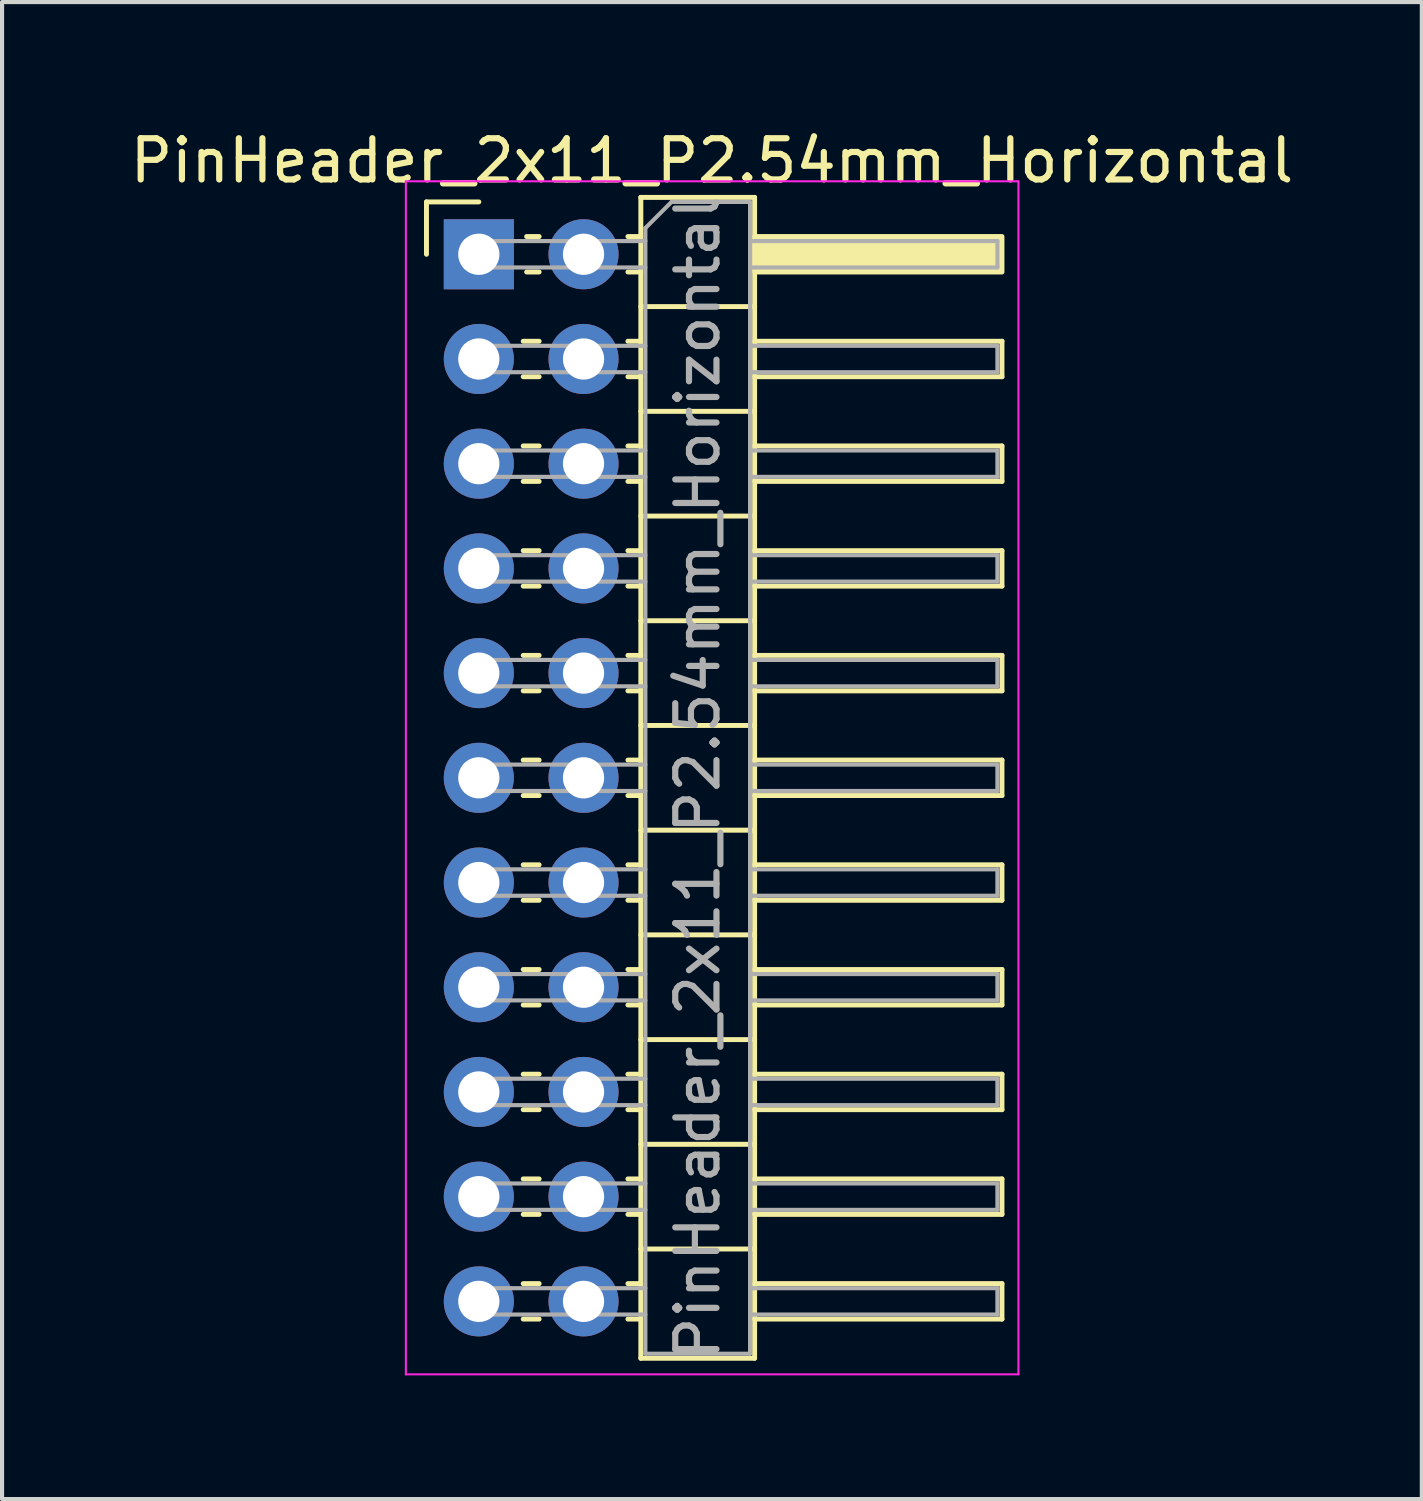
<source format=kicad_pcb>
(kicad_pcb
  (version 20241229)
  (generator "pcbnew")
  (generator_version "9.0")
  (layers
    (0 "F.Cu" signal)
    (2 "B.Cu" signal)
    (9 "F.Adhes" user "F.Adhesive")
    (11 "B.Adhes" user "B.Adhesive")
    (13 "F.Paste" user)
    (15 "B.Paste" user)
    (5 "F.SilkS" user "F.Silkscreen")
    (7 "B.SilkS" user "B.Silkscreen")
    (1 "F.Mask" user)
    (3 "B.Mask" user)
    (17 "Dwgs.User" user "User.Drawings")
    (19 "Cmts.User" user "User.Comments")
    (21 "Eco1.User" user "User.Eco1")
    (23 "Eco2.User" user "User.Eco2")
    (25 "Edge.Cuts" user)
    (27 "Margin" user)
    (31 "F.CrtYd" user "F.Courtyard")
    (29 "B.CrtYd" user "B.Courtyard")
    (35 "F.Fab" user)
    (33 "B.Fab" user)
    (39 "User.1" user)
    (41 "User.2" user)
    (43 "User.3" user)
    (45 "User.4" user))
  (footprint "PinHeader_2x11_P2.54mm_Horizontal"
    (layer "F.Cu")
    (at 8.565 3.118)
    (property "Reference" "PinHeader_2x11_P2.54mm_Horizontal" (at 5.655 -2.27 0) (layer "F.SilkS") (effects (font (size 1 1) (thickness 0.15))))
    (attr through_hole)
    (fp_line (start -1.27 -1.27) (end 0 -1.27) (stroke (width 0.12) (type solid)) (layer "F.SilkS"))
    (fp_line (start -1.27 0) (end -1.27 -1.27) (stroke (width 0.12) (type solid)) (layer "F.SilkS"))
    (fp_line (start 1.077 2.11) (end 1.463 2.11) (stroke (width 0.12) (type solid)) (layer "F.SilkS"))
    (fp_line (start 1.077 2.97) (end 1.463 2.97) (stroke (width 0.12) (type solid)) (layer "F.SilkS"))
    (fp_line (start 1.077 4.65) (end 1.463 4.65) (stroke (width 0.12) (type solid)) (layer "F.SilkS"))
    (fp_line (start 1.077 5.51) (end 1.463 5.51) (stroke (width 0.12) (type solid)) (layer "F.SilkS"))
    (fp_line (start 1.077 7.19) (end 1.463 7.19) (stroke (width 0.12) (type solid)) (layer "F.SilkS"))
    (fp_line (start 1.077 8.05) (end 1.463 8.05) (stroke (width 0.12) (type solid)) (layer "F.SilkS"))
    (fp_line (start 1.077 9.73) (end 1.463 9.73) (stroke (width 0.12) (type solid)) (layer "F.SilkS"))
    (fp_line (start 1.077 10.59) (end 1.463 10.59) (stroke (width 0.12) (type solid)) (layer "F.SilkS"))
    (fp_line (start 1.077 12.27) (end 1.463 12.27) (stroke (width 0.12) (type solid)) (layer "F.SilkS"))
    (fp_line (start 1.077 13.13) (end 1.463 13.13) (stroke (width 0.12) (type solid)) (layer "F.SilkS"))
    (fp_line (start 1.077 14.81) (end 1.463 14.81) (stroke (width 0.12) (type solid)) (layer "F.SilkS"))
    (fp_line (start 1.077 15.67) (end 1.463 15.67) (stroke (width 0.12) (type solid)) (layer "F.SilkS"))
    (fp_line (start 1.077 17.35) (end 1.463 17.35) (stroke (width 0.12) (type solid)) (layer "F.SilkS"))
    (fp_line (start 1.077 18.21) (end 1.463 18.21) (stroke (width 0.12) (type solid)) (layer "F.SilkS"))
    (fp_line (start 1.077 19.89) (end 1.463 19.89) (stroke (width 0.12) (type solid)) (layer "F.SilkS"))
    (fp_line (start 1.077 20.75) (end 1.463 20.75) (stroke (width 0.12) (type solid)) (layer "F.SilkS"))
    (fp_line (start 1.077 22.43) (end 1.463 22.43) (stroke (width 0.12) (type solid)) (layer "F.SilkS"))
    (fp_line (start 1.077 23.29) (end 1.463 23.29) (stroke (width 0.12) (type solid)) (layer "F.SilkS"))
    (fp_line (start 1.077 24.97) (end 1.463 24.97) (stroke (width 0.12) (type solid)) (layer "F.SilkS"))
    (fp_line (start 1.077 25.83) (end 1.463 25.83) (stroke (width 0.12) (type solid)) (layer "F.SilkS"))
    (fp_line (start 1.16 -0.43) (end 1.463 -0.43) (stroke (width 0.12) (type solid)) (layer "F.SilkS"))
    (fp_line (start 1.16 0.43) (end 1.463 0.43) (stroke (width 0.12) (type solid)) (layer "F.SilkS"))
    (fp_line (start 3.617 -0.43) (end 3.93 -0.43) (stroke (width 0.12) (type solid)) (layer "F.SilkS"))
    (fp_line (start 3.617 0.43) (end 3.93 0.43) (stroke (width 0.12) (type solid)) (layer "F.SilkS"))
    (fp_line (start 3.617 2.11) (end 3.93 2.11) (stroke (width 0.12) (type solid)) (layer "F.SilkS"))
    (fp_line (start 3.617 2.97) (end 3.93 2.97) (stroke (width 0.12) (type solid)) (layer "F.SilkS"))
    (fp_line (start 3.617 4.65) (end 3.93 4.65) (stroke (width 0.12) (type solid)) (layer "F.SilkS"))
    (fp_line (start 3.617 5.51) (end 3.93 5.51) (stroke (width 0.12) (type solid)) (layer "F.SilkS"))
    (fp_line (start 3.617 7.19) (end 3.93 7.19) (stroke (width 0.12) (type solid)) (layer "F.SilkS"))
    (fp_line (start 3.617 8.05) (end 3.93 8.05) (stroke (width 0.12) (type solid)) (layer "F.SilkS"))
    (fp_line (start 3.617 9.73) (end 3.93 9.73) (stroke (width 0.12) (type solid)) (layer "F.SilkS"))
    (fp_line (start 3.617 10.59) (end 3.93 10.59) (stroke (width 0.12) (type solid)) (layer "F.SilkS"))
    (fp_line (start 3.617 12.27) (end 3.93 12.27) (stroke (width 0.12) (type solid)) (layer "F.SilkS"))
    (fp_line (start 3.617 13.13) (end 3.93 13.13) (stroke (width 0.12) (type solid)) (layer "F.SilkS"))
    (fp_line (start 3.617 14.81) (end 3.93 14.81) (stroke (width 0.12) (type solid)) (layer "F.SilkS"))
    (fp_line (start 3.617 15.67) (end 3.93 15.67) (stroke (width 0.12) (type solid)) (layer "F.SilkS"))
    (fp_line (start 3.617 17.35) (end 3.93 17.35) (stroke (width 0.12) (type solid)) (layer "F.SilkS"))
    (fp_line (start 3.617 18.21) (end 3.93 18.21) (stroke (width 0.12) (type solid)) (layer "F.SilkS"))
    (fp_line (start 3.617 19.89) (end 3.93 19.89) (stroke (width 0.12) (type solid)) (layer "F.SilkS"))
    (fp_line (start 3.617 20.75) (end 3.93 20.75) (stroke (width 0.12) (type solid)) (layer "F.SilkS"))
    (fp_line (start 3.617 22.43) (end 3.93 22.43) (stroke (width 0.12) (type solid)) (layer "F.SilkS"))
    (fp_line (start 3.617 23.29) (end 3.93 23.29) (stroke (width 0.12) (type solid)) (layer "F.SilkS"))
    (fp_line (start 3.617 24.97) (end 3.93 24.97) (stroke (width 0.12) (type solid)) (layer "F.SilkS"))
    (fp_line (start 3.617 25.83) (end 3.93 25.83) (stroke (width 0.12) (type solid)) (layer "F.SilkS"))
    (fp_line (start 3.93 -1.38) (end 3.93 26.78) (stroke (width 0.12) (type solid)) (layer "F.SilkS"))
    (fp_line (start 3.93 1.27) (end 6.69 1.27) (stroke (width 0.12) (type solid)) (layer "F.SilkS"))
    (fp_line (start 3.93 3.81) (end 6.69 3.81) (stroke (width 0.12) (type solid)) (layer "F.SilkS"))
    (fp_line (start 3.93 6.35) (end 6.69 6.35) (stroke (width 0.12) (type solid)) (layer "F.SilkS"))
    (fp_line (start 3.93 8.89) (end 6.69 8.89) (stroke (width 0.12) (type solid)) (layer "F.SilkS"))
    (fp_line (start 3.93 11.43) (end 6.69 11.43) (stroke (width 0.12) (type solid)) (layer "F.SilkS"))
    (fp_line (start 3.93 13.97) (end 6.69 13.97) (stroke (width 0.12) (type solid)) (layer "F.SilkS"))
    (fp_line (start 3.93 16.51) (end 6.69 16.51) (stroke (width 0.12) (type solid)) (layer "F.SilkS"))
    (fp_line (start 3.93 19.05) (end 6.69 19.05) (stroke (width 0.12) (type solid)) (layer "F.SilkS"))
    (fp_line (start 3.93 21.59) (end 6.69 21.59) (stroke (width 0.12) (type solid)) (layer "F.SilkS"))
    (fp_line (start 3.93 24.13) (end 6.69 24.13) (stroke (width 0.12) (type solid)) (layer "F.SilkS"))
    (fp_line (start 3.93 26.78) (end 6.69 26.78) (stroke (width 0.12) (type solid)) (layer "F.SilkS"))
    (fp_line (start 6.69 -1.38) (end 3.93 -1.38) (stroke (width 0.12) (type solid)) (layer "F.SilkS"))
    (fp_line (start 6.69 2.11) (end 12.69 2.11) (stroke (width 0.12) (type solid)) (layer "F.SilkS"))
    (fp_line (start 6.69 4.65) (end 12.69 4.65) (stroke (width 0.12) (type solid)) (layer "F.SilkS"))
    (fp_line (start 6.69 7.19) (end 12.69 7.19) (stroke (width 0.12) (type solid)) (layer "F.SilkS"))
    (fp_line (start 6.69 9.73) (end 12.69 9.73) (stroke (width 0.12) (type solid)) (layer "F.SilkS"))
    (fp_line (start 6.69 12.27) (end 12.69 12.27) (stroke (width 0.12) (type solid)) (layer "F.SilkS"))
    (fp_line (start 6.69 14.81) (end 12.69 14.81) (stroke (width 0.12) (type solid)) (layer "F.SilkS"))
    (fp_line (start 6.69 17.35) (end 12.69 17.35) (stroke (width 0.12) (type solid)) (layer "F.SilkS"))
    (fp_line (start 6.69 19.89) (end 12.69 19.89) (stroke (width 0.12) (type solid)) (layer "F.SilkS"))
    (fp_line (start 6.69 22.43) (end 12.69 22.43) (stroke (width 0.12) (type solid)) (layer "F.SilkS"))
    (fp_line (start 6.69 24.97) (end 12.69 24.97) (stroke (width 0.12) (type solid)) (layer "F.SilkS"))
    (fp_line (start 6.69 26.78) (end 6.69 -1.38) (stroke (width 0.12) (type solid)) (layer "F.SilkS"))
    (fp_line (start 12.69 2.11) (end 12.69 2.97) (stroke (width 0.12) (type solid)) (layer "F.SilkS"))
    (fp_line (start 12.69 2.97) (end 6.69 2.97) (stroke (width 0.12) (type solid)) (layer "F.SilkS"))
    (fp_line (start 12.69 4.65) (end 12.69 5.51) (stroke (width 0.12) (type solid)) (layer "F.SilkS"))
    (fp_line (start 12.69 5.51) (end 6.69 5.51) (stroke (width 0.12) (type solid)) (layer "F.SilkS"))
    (fp_line (start 12.69 7.19) (end 12.69 8.05) (stroke (width 0.12) (type solid)) (layer "F.SilkS"))
    (fp_line (start 12.69 8.05) (end 6.69 8.05) (stroke (width 0.12) (type solid)) (layer "F.SilkS"))
    (fp_line (start 12.69 9.73) (end 12.69 10.59) (stroke (width 0.12) (type solid)) (layer "F.SilkS"))
    (fp_line (start 12.69 10.59) (end 6.69 10.59) (stroke (width 0.12) (type solid)) (layer "F.SilkS"))
    (fp_line (start 12.69 12.27) (end 12.69 13.13) (stroke (width 0.12) (type solid)) (layer "F.SilkS"))
    (fp_line (start 12.69 13.13) (end 6.69 13.13) (stroke (width 0.12) (type solid)) (layer "F.SilkS"))
    (fp_line (start 12.69 14.81) (end 12.69 15.67) (stroke (width 0.12) (type solid)) (layer "F.SilkS"))
    (fp_line (start 12.69 15.67) (end 6.69 15.67) (stroke (width 0.12) (type solid)) (layer "F.SilkS"))
    (fp_line (start 12.69 17.35) (end 12.69 18.21) (stroke (width 0.12) (type solid)) (layer "F.SilkS"))
    (fp_line (start 12.69 18.21) (end 6.69 18.21) (stroke (width 0.12) (type solid)) (layer "F.SilkS"))
    (fp_line (start 12.69 19.89) (end 12.69 20.75) (stroke (width 0.12) (type solid)) (layer "F.SilkS"))
    (fp_line (start 12.69 20.75) (end 6.69 20.75) (stroke (width 0.12) (type solid)) (layer "F.SilkS"))
    (fp_line (start 12.69 22.43) (end 12.69 23.29) (stroke (width 0.12) (type solid)) (layer "F.SilkS"))
    (fp_line (start 12.69 23.29) (end 6.69 23.29) (stroke (width 0.12) (type solid)) (layer "F.SilkS"))
    (fp_line (start 12.69 24.97) (end 12.69 25.83) (stroke (width 0.12) (type solid)) (layer "F.SilkS"))
    (fp_line (start 12.69 25.83) (end 6.69 25.83) (stroke (width 0.12) (type solid)) (layer "F.SilkS"))
    (fp_rect (start 6.69 -0.43) (end 12.69 0.43) (stroke (width 0.12) (type solid)) (fill yes) (layer "F.SilkS"))
    (fp_line (start -1.77 -1.77) (end -1.77 27.17) (stroke (width 0.05) (type solid)) (layer "F.CrtYd"))
    (fp_line (start -1.77 27.17) (end 13.09 27.17) (stroke (width 0.05) (type solid)) (layer "F.CrtYd"))
    (fp_line (start 13.09 -1.77) (end -1.77 -1.77) (stroke (width 0.05) (type solid)) (layer "F.CrtYd"))
    (fp_line (start 13.09 27.17) (end 13.09 -1.77) (stroke (width 0.05) (type solid)) (layer "F.CrtYd"))
    (fp_line (start -0.32 -0.32) (end -0.32 0.32) (stroke (width 0.1) (type solid)) (layer "F.Fab"))
    (fp_line (start -0.32 -0.32) (end 4.04 -0.32) (stroke (width 0.1) (type solid)) (layer "F.Fab"))
    (fp_line (start -0.32 0.32) (end 4.04 0.32) (stroke (width 0.1) (type solid)) (layer "F.Fab"))
    (fp_line (start -0.32 2.22) (end -0.32 2.86) (stroke (width 0.1) (type solid)) (layer "F.Fab"))
    (fp_line (start -0.32 2.22) (end 4.04 2.22) (stroke (width 0.1) (type solid)) (layer "F.Fab"))
    (fp_line (start -0.32 2.86) (end 4.04 2.86) (stroke (width 0.1) (type solid)) (layer "F.Fab"))
    (fp_line (start -0.32 4.76) (end -0.32 5.4) (stroke (width 0.1) (type solid)) (layer "F.Fab"))
    (fp_line (start -0.32 4.76) (end 4.04 4.76) (stroke (width 0.1) (type solid)) (layer "F.Fab"))
    (fp_line (start -0.32 5.4) (end 4.04 5.4) (stroke (width 0.1) (type solid)) (layer "F.Fab"))
    (fp_line (start -0.32 7.3) (end -0.32 7.94) (stroke (width 0.1) (type solid)) (layer "F.Fab"))
    (fp_line (start -0.32 7.3) (end 4.04 7.3) (stroke (width 0.1) (type solid)) (layer "F.Fab"))
    (fp_line (start -0.32 7.94) (end 4.04 7.94) (stroke (width 0.1) (type solid)) (layer "F.Fab"))
    (fp_line (start -0.32 9.84) (end -0.32 10.48) (stroke (width 0.1) (type solid)) (layer "F.Fab"))
    (fp_line (start -0.32 9.84) (end 4.04 9.84) (stroke (width 0.1) (type solid)) (layer "F.Fab"))
    (fp_line (start -0.32 10.48) (end 4.04 10.48) (stroke (width 0.1) (type solid)) (layer "F.Fab"))
    (fp_line (start -0.32 12.38) (end -0.32 13.02) (stroke (width 0.1) (type solid)) (layer "F.Fab"))
    (fp_line (start -0.32 12.38) (end 4.04 12.38) (stroke (width 0.1) (type solid)) (layer "F.Fab"))
    (fp_line (start -0.32 13.02) (end 4.04 13.02) (stroke (width 0.1) (type solid)) (layer "F.Fab"))
    (fp_line (start -0.32 14.92) (end -0.32 15.56) (stroke (width 0.1) (type solid)) (layer "F.Fab"))
    (fp_line (start -0.32 14.92) (end 4.04 14.92) (stroke (width 0.1) (type solid)) (layer "F.Fab"))
    (fp_line (start -0.32 15.56) (end 4.04 15.56) (stroke (width 0.1) (type solid)) (layer "F.Fab"))
    (fp_line (start -0.32 17.46) (end -0.32 18.1) (stroke (width 0.1) (type solid)) (layer "F.Fab"))
    (fp_line (start -0.32 17.46) (end 4.04 17.46) (stroke (width 0.1) (type solid)) (layer "F.Fab"))
    (fp_line (start -0.32 18.1) (end 4.04 18.1) (stroke (width 0.1) (type solid)) (layer "F.Fab"))
    (fp_line (start -0.32 20) (end -0.32 20.64) (stroke (width 0.1) (type solid)) (layer "F.Fab"))
    (fp_line (start -0.32 20) (end 4.04 20) (stroke (width 0.1) (type solid)) (layer "F.Fab"))
    (fp_line (start -0.32 20.64) (end 4.04 20.64) (stroke (width 0.1) (type solid)) (layer "F.Fab"))
    (fp_line (start -0.32 22.54) (end -0.32 23.18) (stroke (width 0.1) (type solid)) (layer "F.Fab"))
    (fp_line (start -0.32 22.54) (end 4.04 22.54) (stroke (width 0.1) (type solid)) (layer "F.Fab"))
    (fp_line (start -0.32 23.18) (end 4.04 23.18) (stroke (width 0.1) (type solid)) (layer "F.Fab"))
    (fp_line (start -0.32 25.08) (end -0.32 25.72) (stroke (width 0.1) (type solid)) (layer "F.Fab"))
    (fp_line (start -0.32 25.08) (end 4.04 25.08) (stroke (width 0.1) (type solid)) (layer "F.Fab"))
    (fp_line (start -0.32 25.72) (end 4.04 25.72) (stroke (width 0.1) (type solid)) (layer "F.Fab"))
    (fp_line (start 4.04 -0.635) (end 4.675 -1.27) (stroke (width 0.1) (type solid)) (layer "F.Fab"))
    (fp_line (start 4.04 26.67) (end 4.04 -0.635) (stroke (width 0.1) (type solid)) (layer "F.Fab"))
    (fp_line (start 4.675 -1.27) (end 6.58 -1.27) (stroke (width 0.1) (type solid)) (layer "F.Fab"))
    (fp_line (start 6.58 -1.27) (end 6.58 26.67) (stroke (width 0.1) (type solid)) (layer "F.Fab"))
    (fp_line (start 6.58 -0.32) (end 12.58 -0.32) (stroke (width 0.1) (type solid)) (layer "F.Fab"))
    (fp_line (start 6.58 0.32) (end 12.58 0.32) (stroke (width 0.1) (type solid)) (layer "F.Fab"))
    (fp_line (start 6.58 2.22) (end 12.58 2.22) (stroke (width 0.1) (type solid)) (layer "F.Fab"))
    (fp_line (start 6.58 2.86) (end 12.58 2.86) (stroke (width 0.1) (type solid)) (layer "F.Fab"))
    (fp_line (start 6.58 4.76) (end 12.58 4.76) (stroke (width 0.1) (type solid)) (layer "F.Fab"))
    (fp_line (start 6.58 5.4) (end 12.58 5.4) (stroke (width 0.1) (type solid)) (layer "F.Fab"))
    (fp_line (start 6.58 7.3) (end 12.58 7.3) (stroke (width 0.1) (type solid)) (layer "F.Fab"))
    (fp_line (start 6.58 7.94) (end 12.58 7.94) (stroke (width 0.1) (type solid)) (layer "F.Fab"))
    (fp_line (start 6.58 9.84) (end 12.58 9.84) (stroke (width 0.1) (type solid)) (layer "F.Fab"))
    (fp_line (start 6.58 10.48) (end 12.58 10.48) (stroke (width 0.1) (type solid)) (layer "F.Fab"))
    (fp_line (start 6.58 12.38) (end 12.58 12.38) (stroke (width 0.1) (type solid)) (layer "F.Fab"))
    (fp_line (start 6.58 13.02) (end 12.58 13.02) (stroke (width 0.1) (type solid)) (layer "F.Fab"))
    (fp_line (start 6.58 14.92) (end 12.58 14.92) (stroke (width 0.1) (type solid)) (layer "F.Fab"))
    (fp_line (start 6.58 15.56) (end 12.58 15.56) (stroke (width 0.1) (type solid)) (layer "F.Fab"))
    (fp_line (start 6.58 17.46) (end 12.58 17.46) (stroke (width 0.1) (type solid)) (layer "F.Fab"))
    (fp_line (start 6.58 18.1) (end 12.58 18.1) (stroke (width 0.1) (type solid)) (layer "F.Fab"))
    (fp_line (start 6.58 20) (end 12.58 20) (stroke (width 0.1) (type solid)) (layer "F.Fab"))
    (fp_line (start 6.58 20.64) (end 12.58 20.64) (stroke (width 0.1) (type solid)) (layer "F.Fab"))
    (fp_line (start 6.58 22.54) (end 12.58 22.54) (stroke (width 0.1) (type solid)) (layer "F.Fab"))
    (fp_line (start 6.58 23.18) (end 12.58 23.18) (stroke (width 0.1) (type solid)) (layer "F.Fab"))
    (fp_line (start 6.58 25.08) (end 12.58 25.08) (stroke (width 0.1) (type solid)) (layer "F.Fab"))
    (fp_line (start 6.58 25.72) (end 12.58 25.72) (stroke (width 0.1) (type solid)) (layer "F.Fab"))
    (fp_line (start 6.58 26.67) (end 4.04 26.67) (stroke (width 0.1) (type solid)) (layer "F.Fab"))
    (fp_line (start 12.58 -0.32) (end 12.58 0.32) (stroke (width 0.1) (type solid)) (layer "F.Fab"))
    (fp_line (start 12.58 2.22) (end 12.58 2.86) (stroke (width 0.1) (type solid)) (layer "F.Fab"))
    (fp_line (start 12.58 4.76) (end 12.58 5.4) (stroke (width 0.1) (type solid)) (layer "F.Fab"))
    (fp_line (start 12.58 7.3) (end 12.58 7.94) (stroke (width 0.1) (type solid)) (layer "F.Fab"))
    (fp_line (start 12.58 9.84) (end 12.58 10.48) (stroke (width 0.1) (type solid)) (layer "F.Fab"))
    (fp_line (start 12.58 12.38) (end 12.58 13.02) (stroke (width 0.1) (type solid)) (layer "F.Fab"))
    (fp_line (start 12.58 14.92) (end 12.58 15.56) (stroke (width 0.1) (type solid)) (layer "F.Fab"))
    (fp_line (start 12.58 17.46) (end 12.58 18.1) (stroke (width 0.1) (type solid)) (layer "F.Fab"))
    (fp_line (start 12.58 20) (end 12.58 20.64) (stroke (width 0.1) (type solid)) (layer "F.Fab"))
    (fp_line (start 12.58 22.54) (end 12.58 23.18) (stroke (width 0.1) (type solid)) (layer "F.Fab"))
    (fp_line (start 12.58 25.08) (end 12.58 25.72) (stroke (width 0.1) (type solid)) (layer "F.Fab"))
    (fp_text user "${REFERENCE}" (at 5.31 12.7 90) (layer "F.Fab") (effects (font (size 1 1) (thickness 0.15))))
    (pad "1" thru_hole rect (at 0 0) (size 1.7 1.7) (drill 1) (layers "*.Cu" "*.Mask"))
    (pad "2" thru_hole circle (at 2.54 0) (size 1.7 1.7) (drill 1) (layers "*.Cu" "*.Mask"))
    (pad "3" thru_hole circle (at 0 2.54) (size 1.7 1.7) (drill 1) (layers "*.Cu" "*.Mask"))
    (pad "4" thru_hole circle (at 2.54 2.54) (size 1.7 1.7) (drill 1) (layers "*.Cu" "*.Mask"))
    (pad "5" thru_hole circle (at 0 5.08) (size 1.7 1.7) (drill 1) (layers "*.Cu" "*.Mask"))
    (pad "6" thru_hole circle (at 2.54 5.08) (size 1.7 1.7) (drill 1) (layers "*.Cu" "*.Mask"))
    (pad "7" thru_hole circle (at 0 7.62) (size 1.7 1.7) (drill 1) (layers "*.Cu" "*.Mask"))
    (pad "8" thru_hole circle (at 2.54 7.62) (size 1.7 1.7) (drill 1) (layers "*.Cu" "*.Mask"))
    (pad "9" thru_hole circle (at 0 10.16) (size 1.7 1.7) (drill 1) (layers "*.Cu" "*.Mask"))
    (pad "10" thru_hole circle (at 2.54 10.16) (size 1.7 1.7) (drill 1) (layers "*.Cu" "*.Mask"))
    (pad "11" thru_hole circle (at 0 12.7) (size 1.7 1.7) (drill 1) (layers "*.Cu" "*.Mask"))
    (pad "12" thru_hole circle (at 2.54 12.7) (size 1.7 1.7) (drill 1) (layers "*.Cu" "*.Mask"))
    (pad "13" thru_hole circle (at 0 15.24) (size 1.7 1.7) (drill 1) (layers "*.Cu" "*.Mask"))
    (pad "14" thru_hole circle (at 2.54 15.24) (size 1.7 1.7) (drill 1) (layers "*.Cu" "*.Mask"))
    (pad "15" thru_hole circle (at 0 17.78) (size 1.7 1.7) (drill 1) (layers "*.Cu" "*.Mask"))
    (pad "16" thru_hole circle (at 2.54 17.78) (size 1.7 1.7) (drill 1) (layers "*.Cu" "*.Mask"))
    (pad "17" thru_hole circle (at 0 20.32) (size 1.7 1.7) (drill 1) (layers "*.Cu" "*.Mask"))
    (pad "18" thru_hole circle (at 2.54 20.32) (size 1.7 1.7) (drill 1) (layers "*.Cu" "*.Mask"))
    (pad "19" thru_hole circle (at 0 22.86) (size 1.7 1.7) (drill 1) (layers "*.Cu" "*.Mask"))
    (pad "20" thru_hole circle (at 2.54 22.86) (size 1.7 1.7) (drill 1) (layers "*.Cu" "*.Mask"))
    (pad "21" thru_hole circle (at 0 25.4) (size 1.7 1.7) (drill 1) (layers "*.Cu" "*.Mask"))
    (pad "22" thru_hole circle (at 2.54 25.4) (size 1.7 1.7) (drill 1) (layers "*.Cu" "*.Mask")))
  (gr_rect
    (start -3 -3)
    (end 31.44 33.313)
    (stroke (width 0.1) (type default))
    (fill no)
    (layer "Edge.Cuts")))
</source>
